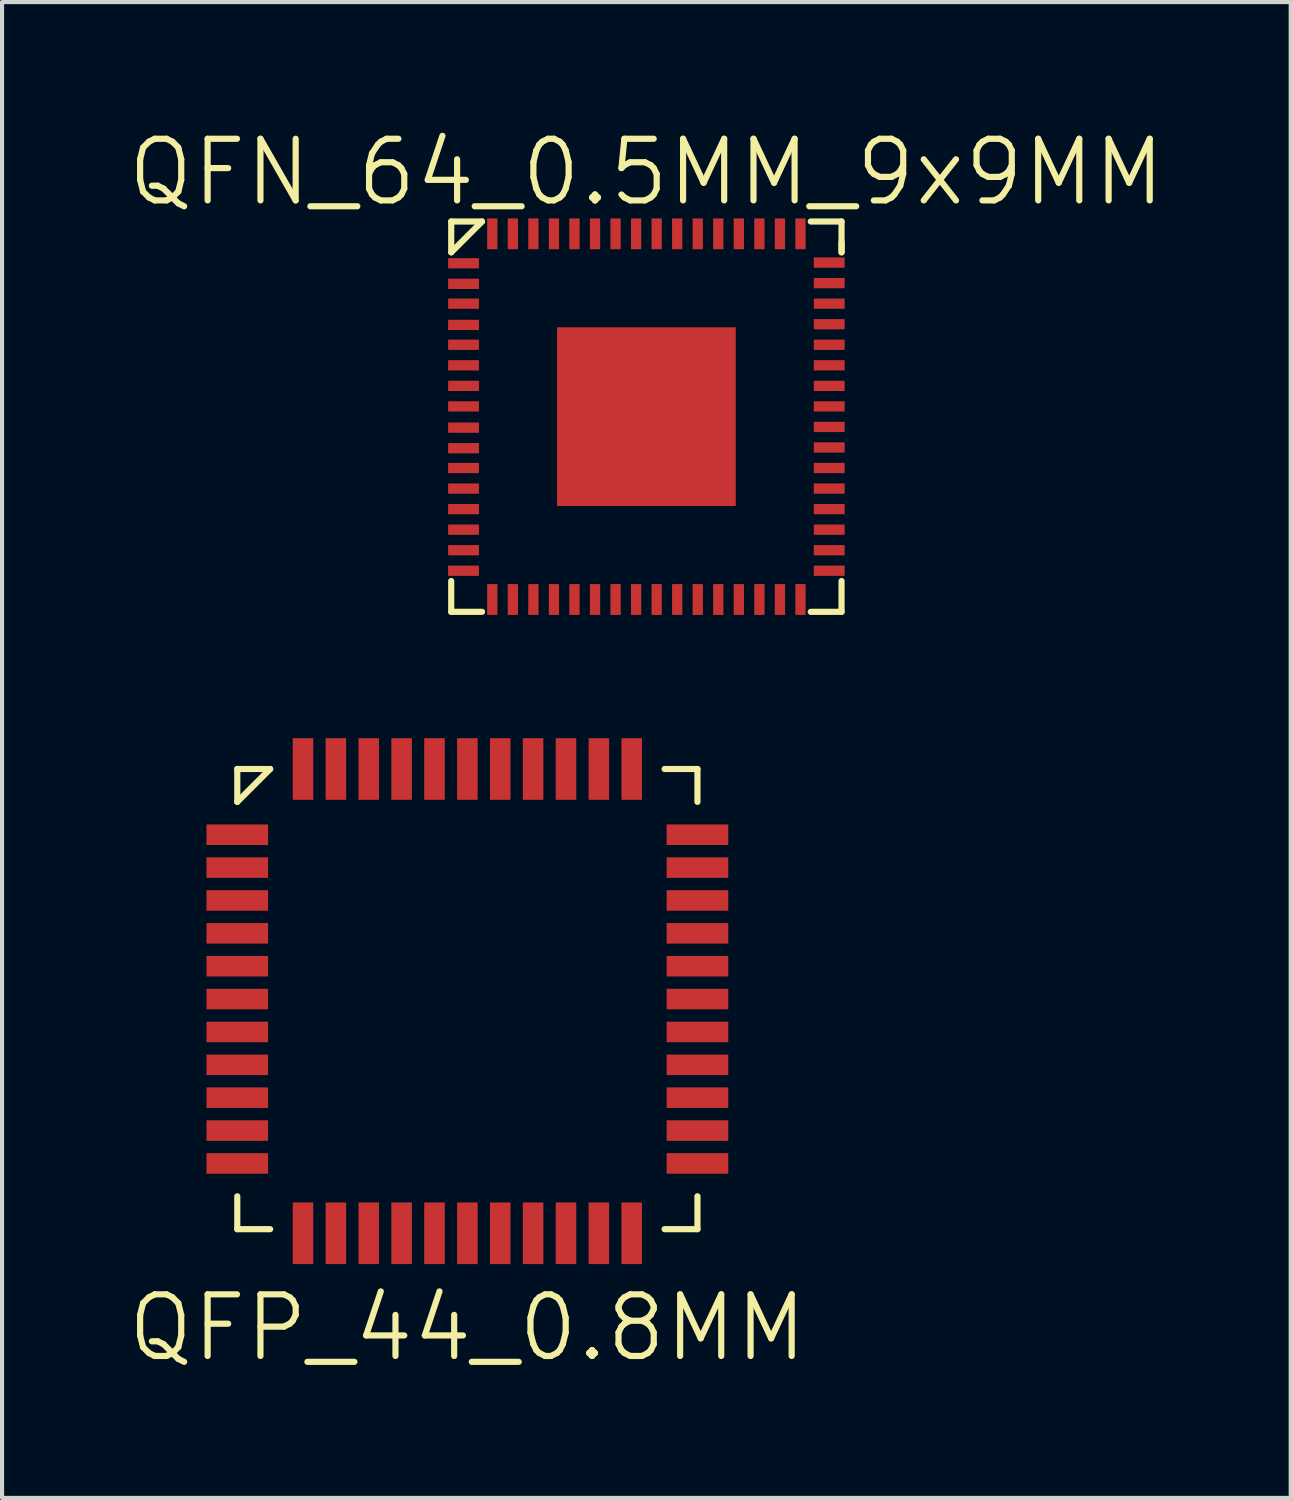
<source format=kicad_pcb>
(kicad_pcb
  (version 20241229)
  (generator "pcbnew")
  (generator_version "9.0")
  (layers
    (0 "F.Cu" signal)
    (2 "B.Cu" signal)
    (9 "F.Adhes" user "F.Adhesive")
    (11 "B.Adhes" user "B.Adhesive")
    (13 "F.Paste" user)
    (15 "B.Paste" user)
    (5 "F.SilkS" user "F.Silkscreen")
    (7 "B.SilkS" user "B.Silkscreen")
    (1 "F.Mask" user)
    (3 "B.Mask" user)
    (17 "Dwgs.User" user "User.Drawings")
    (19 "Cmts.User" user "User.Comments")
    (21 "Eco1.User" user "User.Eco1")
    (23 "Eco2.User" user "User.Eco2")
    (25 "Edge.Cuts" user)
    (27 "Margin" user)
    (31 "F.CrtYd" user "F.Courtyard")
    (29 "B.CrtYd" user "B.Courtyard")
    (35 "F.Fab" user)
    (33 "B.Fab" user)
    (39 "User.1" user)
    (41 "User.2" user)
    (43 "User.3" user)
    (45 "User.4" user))
  (footprint "QFN_64_0.5MM_9x9MM"
    (layer "F.Cu")
    (at 12.682 7.091)
    (property "Reference" "QFN_64_0.5MM_9x9MM" (at 0 -5.95 0) (layer "F.SilkS") (effects (font (size 1.5 1.5) (thickness 0.15))))
    (attr through_hole)
    (fp_line (start -4.75 -4.75) (end -4.75 -4) (stroke (width 0.15) (type solid)) (layer "F.SilkS"))
    (fp_line (start -4.75 -4) (end -4 -4.75) (stroke (width 0.15) (type solid)) (layer "F.SilkS"))
    (fp_line (start -4.75 4) (end -4.75 4.75) (stroke (width 0.15) (type solid)) (layer "F.SilkS"))
    (fp_line (start -4.75 4.75) (end -4 4.75) (stroke (width 0.15) (type solid)) (layer "F.SilkS"))
    (fp_line (start -4 -4.75) (end -4.75 -4.75) (stroke (width 0.15) (type solid)) (layer "F.SilkS"))
    (fp_line (start 4 -4.75) (end 4.75 -4.75) (stroke (width 0.15) (type solid)) (layer "F.SilkS"))
    (fp_line (start 4.75 -4.75) (end 4.75 -4) (stroke (width 0.15) (type solid)) (layer "F.SilkS"))
    (fp_line (start 4.75 -4) (end 4.75 -4.25) (stroke (width 0.15) (type solid)) (layer "F.SilkS"))
    (fp_line (start 4.75 4) (end 4.75 4.75) (stroke (width 0.15) (type solid)) (layer "F.SilkS"))
    (fp_line (start 4.75 4.75) (end 4 4.75) (stroke (width 0.15) (type solid)) (layer "F.SilkS"))
    (pad "1" smd rect (at -4.45 -3.733) (size 0.75 0.25) (layers "F.Cu" "F.Mask" "F.Paste"))
    (pad "2" smd rect (at -4.45 -3.233) (size 0.75 0.25) (layers "F.Cu" "F.Mask" "F.Paste"))
    (pad "3" smd rect (at -4.45 -2.75) (size 0.75 0.25) (layers "F.Cu" "F.Mask" "F.Paste"))
    (pad "4" smd rect (at -4.45 -2.233) (size 0.75 0.25) (layers "F.Cu" "F.Mask" "F.Paste"))
    (pad "5" smd rect (at -4.45 -1.75) (size 0.75 0.25) (layers "F.Cu" "F.Mask" "F.Paste"))
    (pad "6" smd rect (at -4.45 -1.25) (size 0.75 0.25) (layers "F.Cu" "F.Mask" "F.Paste"))
    (pad "7" smd rect (at -4.45 -0.75) (size 0.75 0.25) (layers "F.Cu" "F.Mask" "F.Paste"))
    (pad "8" smd rect (at -4.45 -0.25) (size 0.75 0.25) (layers "F.Cu" "F.Mask" "F.Paste"))
    (pad "9" smd rect (at -4.45 0.267) (size 0.75 0.25) (layers "F.Cu" "F.Mask" "F.Paste"))
    (pad "10" smd rect (at -4.45 0.767) (size 0.75 0.25) (layers "F.Cu" "F.Mask" "F.Paste"))
    (pad "11" smd rect (at -4.45 1.25) (size 0.75 0.25) (layers "F.Cu" "F.Mask" "F.Paste"))
    (pad "12" smd rect (at -4.45 1.75) (size 0.75 0.25) (layers "F.Cu" "F.Mask" "F.Paste"))
    (pad "13" smd rect (at -4.45 2.25) (size 0.75 0.25) (layers "F.Cu" "F.Mask" "F.Paste"))
    (pad "14" smd rect (at -4.45 2.75) (size 0.75 0.25) (layers "F.Cu" "F.Mask" "F.Paste"))
    (pad "15" smd rect (at -4.45 3.25) (size 0.75 0.25) (layers "F.Cu" "F.Mask" "F.Paste"))
    (pad "16" smd rect (at -4.45 3.75) (size 0.75 0.25) (layers "F.Cu" "F.Mask" "F.Paste"))
    (pad "17" smd rect (at -3.75 4.45 90) (size 0.75 0.25) (layers "F.Cu" "F.Mask" "F.Paste"))
    (pad "18" smd rect (at -3.25 4.45 90) (size 0.75 0.25) (layers "F.Cu" "F.Mask" "F.Paste"))
    (pad "19" smd rect (at -2.75 4.45 90) (size 0.75 0.25) (layers "F.Cu" "F.Mask" "F.Paste"))
    (pad "20" smd rect (at -2.25 4.45 90) (size 0.75 0.25) (layers "F.Cu" "F.Mask" "F.Paste"))
    (pad "21" smd rect (at -1.75 4.45 90) (size 0.75 0.25) (layers "F.Cu" "F.Mask" "F.Paste"))
    (pad "22" smd rect (at -1.25 4.45 90) (size 0.75 0.25) (layers "F.Cu" "F.Mask" "F.Paste"))
    (pad "23" smd rect (at -0.75 4.45 90) (size 0.75 0.25) (layers "F.Cu" "F.Mask" "F.Paste"))
    (pad "24" smd rect (at -0.25 4.45 90) (size 0.75 0.25) (layers "F.Cu" "F.Mask" "F.Paste"))
    (pad "25" smd rect (at 0.25 4.45 90) (size 0.75 0.25) (layers "F.Cu" "F.Mask" "F.Paste"))
    (pad "26" smd rect (at 0.75 4.45 90) (size 0.75 0.25) (layers "F.Cu" "F.Mask" "F.Paste"))
    (pad "27" smd rect (at 1.25 4.45 90) (size 0.75 0.25) (layers "F.Cu" "F.Mask" "F.Paste"))
    (pad "28" smd rect (at 1.75 4.45 90) (size 0.75 0.25) (layers "F.Cu" "F.Mask" "F.Paste"))
    (pad "29" smd rect (at 2.25 4.45 90) (size 0.75 0.25) (layers "F.Cu" "F.Mask" "F.Paste"))
    (pad "30" smd rect (at 2.75 4.45 90) (size 0.75 0.25) (layers "F.Cu" "F.Mask" "F.Paste"))
    (pad "31" smd rect (at 3.25 4.45 90) (size 0.75 0.25) (layers "F.Cu" "F.Mask" "F.Paste"))
    (pad "32" smd rect (at 3.75 4.45 90) (size 0.75 0.25) (layers "F.Cu" "F.Mask" "F.Paste"))
    (pad "33" smd rect (at 4.45 3.75 180) (size 0.75 0.25) (layers "F.Cu" "F.Mask" "F.Paste"))
    (pad "34" smd rect (at 4.45 3.25 180) (size 0.75 0.25) (layers "F.Cu" "F.Mask" "F.Paste"))
    (pad "35" smd rect (at 4.45 2.75 180) (size 0.75 0.25) (layers "F.Cu" "F.Mask" "F.Paste"))
    (pad "36" smd rect (at 4.45 2.25 180) (size 0.75 0.25) (layers "F.Cu" "F.Mask" "F.Paste"))
    (pad "37" smd rect (at 4.45 1.75 180) (size 0.75 0.25) (layers "F.Cu" "F.Mask" "F.Paste"))
    (pad "38" smd rect (at 4.45 1.25 180) (size 0.75 0.25) (layers "F.Cu" "F.Mask" "F.Paste"))
    (pad "39" smd rect (at 4.45 0.75 180) (size 0.75 0.25) (layers "F.Cu" "F.Mask" "F.Paste"))
    (pad "40" smd rect (at 4.45 0.25 180) (size 0.75 0.25) (layers "F.Cu" "F.Mask" "F.Paste"))
    (pad "41" smd rect (at 4.45 -0.25 180) (size 0.75 0.25) (layers "F.Cu" "F.Mask" "F.Paste"))
    (pad "42" smd rect (at 4.45 -0.75 180) (size 0.75 0.25) (layers "F.Cu" "F.Mask" "F.Paste"))
    (pad "43" smd rect (at 4.45 -1.25 180) (size 0.75 0.25) (layers "F.Cu" "F.Mask" "F.Paste"))
    (pad "44" smd rect (at 4.45 -1.75 180) (size 0.75 0.25) (layers "F.Cu" "F.Mask" "F.Paste"))
    (pad "45" smd rect (at 4.45 -2.25 180) (size 0.75 0.25) (layers "F.Cu" "F.Mask" "F.Paste"))
    (pad "46" smd rect (at 4.45 -2.75 180) (size 0.75 0.25) (layers "F.Cu" "F.Mask" "F.Paste"))
    (pad "47" smd rect (at 4.45 -3.25 180) (size 0.75 0.25) (layers "F.Cu" "F.Mask" "F.Paste"))
    (pad "48" smd rect (at 4.45 -3.75 180) (size 0.75 0.25) (layers "F.Cu" "F.Mask" "F.Paste"))
    (pad "49" smd rect (at 3.75 -4.45 270) (size 0.75 0.25) (layers "F.Cu" "F.Mask" "F.Paste"))
    (pad "50" smd rect (at 3.25 -4.45 270) (size 0.75 0.25) (layers "F.Cu" "F.Mask" "F.Paste"))
    (pad "51" smd rect (at 2.75 -4.45 270) (size 0.75 0.25) (layers "F.Cu" "F.Mask" "F.Paste"))
    (pad "52" smd rect (at 2.25 -4.45 270) (size 0.75 0.25) (layers "F.Cu" "F.Mask" "F.Paste"))
    (pad "53" smd rect (at 1.75 -4.45 270) (size 0.75 0.25) (layers "F.Cu" "F.Mask" "F.Paste"))
    (pad "54" smd rect (at 1.25 -4.45 270) (size 0.75 0.25) (layers "F.Cu" "F.Mask" "F.Paste"))
    (pad "55" smd rect (at 0.75 -4.45 270) (size 0.75 0.25) (layers "F.Cu" "F.Mask" "F.Paste"))
    (pad "56" smd rect (at 0.25 -4.45 270) (size 0.75 0.25) (layers "F.Cu" "F.Mask" "F.Paste"))
    (pad "57" smd rect (at -0.25 -4.45 270) (size 0.75 0.25) (layers "F.Cu" "F.Mask" "F.Paste"))
    (pad "58" smd rect (at -0.75 -4.45 270) (size 0.75 0.25) (layers "F.Cu" "F.Mask" "F.Paste"))
    (pad "59" smd rect (at -1.25 -4.45 270) (size 0.75 0.25) (layers "F.Cu" "F.Mask" "F.Paste"))
    (pad "60" smd rect (at -1.75 -4.45 270) (size 0.75 0.25) (layers "F.Cu" "F.Mask" "F.Paste"))
    (pad "61" smd rect (at -2.25 -4.45 270) (size 0.75 0.25) (layers "F.Cu" "F.Mask" "F.Paste"))
    (pad "62" smd rect (at -2.75 -4.45 270) (size 0.75 0.25) (layers "F.Cu" "F.Mask" "F.Paste"))
    (pad "63" smd rect (at -3.25 -4.45 270) (size 0.75 0.25) (layers "F.Cu" "F.Mask" "F.Paste"))
    (pad "64" smd rect (at -3.75 -4.45 270) (size 0.75 0.25) (layers "F.Cu" "F.Mask" "F.Paste"))
    (pad "PAD" smd rect (at 0 0) (size 4.35 4.35) (layers "F.Cu" "F.Mask" "F.Paste")))
  (footprint "QFP_44_0.8MM"
    (layer "F.Cu")
    (at 8.325 21.266)
    (property "Reference" "QFP_44_0.8MM" (at 0 8 0) (layer "F.SilkS") (effects (font (size 1.5 1.5) (thickness 0.15))))
    (attr through_hole)
    (fp_line (start -5.6 -5.6) (end -4.8 -5.6) (stroke (width 0.15) (type solid)) (layer "F.SilkS"))
    (fp_line (start -5.6 -4.8) (end -5.6 -5.6) (stroke (width 0.15) (type solid)) (layer "F.SilkS"))
    (fp_line (start -5.6 5.6) (end -5.6 4.8) (stroke (width 0.15) (type solid)) (layer "F.SilkS"))
    (fp_line (start -4.8 -5.6) (end -5.6 -4.8) (stroke (width 0.15) (type solid)) (layer "F.SilkS"))
    (fp_line (start -4.8 5.6) (end -5.6 5.6) (stroke (width 0.15) (type solid)) (layer "F.SilkS"))
    (fp_line (start 4.8 -5.6) (end 5.6 -5.6) (stroke (width 0.15) (type solid)) (layer "F.SilkS"))
    (fp_line (start 5.6 -5.6) (end 5.6 -4.8) (stroke (width 0.15) (type solid)) (layer "F.SilkS"))
    (fp_line (start 5.6 4.8) (end 5.6 5.6) (stroke (width 0.15) (type solid)) (layer "F.SilkS"))
    (fp_line (start 5.6 5.6) (end 4.8 5.6) (stroke (width 0.15) (type solid)) (layer "F.SilkS"))
    (pad "1" smd rect (at -5.6 -4 90) (size 0.5 1.5) (layers "F.Cu" "F.Mask" "F.Paste"))
    (pad "2" smd rect (at -5.6 -3.2 90) (size 0.5 1.5) (layers "F.Cu" "F.Mask" "F.Paste"))
    (pad "3" smd rect (at -5.6 -2.4 90) (size 0.5 1.5) (layers "F.Cu" "F.Mask" "F.Paste"))
    (pad "4" smd rect (at -5.6 -1.6 90) (size 0.5 1.5) (layers "F.Cu" "F.Mask" "F.Paste"))
    (pad "5" smd rect (at -5.6 -0.8 90) (size 0.5 1.5) (layers "F.Cu" "F.Mask" "F.Paste"))
    (pad "6" smd rect (at -5.6 0 90) (size 0.5 1.5) (layers "F.Cu" "F.Mask" "F.Paste"))
    (pad "7" smd rect (at -5.6 0.8 90) (size 0.5 1.5) (layers "F.Cu" "F.Mask" "F.Paste"))
    (pad "8" smd rect (at -5.6 1.6 90) (size 0.5 1.5) (layers "F.Cu" "F.Mask" "F.Paste"))
    (pad "9" smd rect (at -5.6 2.4 90) (size 0.5 1.5) (layers "F.Cu" "F.Mask" "F.Paste"))
    (pad "10" smd rect (at -5.6 3.2 90) (size 0.5 1.5) (layers "F.Cu" "F.Mask" "F.Paste"))
    (pad "11" smd rect (at -5.6 4 90) (size 0.5 1.5) (layers "F.Cu" "F.Mask" "F.Paste"))
    (pad "12" smd rect (at -4 5.7) (size 0.5 1.5) (layers "F.Cu" "F.Mask" "F.Paste"))
    (pad "13" smd rect (at -3.2 5.7) (size 0.5 1.5) (layers "F.Cu" "F.Mask" "F.Paste"))
    (pad "14" smd rect (at -2.4 5.7) (size 0.5 1.5) (layers "F.Cu" "F.Mask" "F.Paste"))
    (pad "15" smd rect (at -1.6 5.7) (size 0.5 1.5) (layers "F.Cu" "F.Mask" "F.Paste"))
    (pad "16" smd rect (at -0.8 5.7) (size 0.5 1.5) (layers "F.Cu" "F.Mask" "F.Paste"))
    (pad "17" smd rect (at 0 5.7) (size 0.5 1.5) (layers "F.Cu" "F.Mask" "F.Paste"))
    (pad "18" smd rect (at 0.8 5.7) (size 0.5 1.5) (layers "F.Cu" "F.Mask" "F.Paste"))
    (pad "19" smd rect (at 1.6 5.7) (size 0.5 1.5) (layers "F.Cu" "F.Mask" "F.Paste"))
    (pad "20" smd rect (at 2.4 5.7) (size 0.5 1.5) (layers "F.Cu" "F.Mask" "F.Paste"))
    (pad "21" smd rect (at 3.2 5.7) (size 0.5 1.5) (layers "F.Cu" "F.Mask" "F.Paste"))
    (pad "22" smd rect (at 4 5.7) (size 0.5 1.5) (layers "F.Cu" "F.Mask" "F.Paste"))
    (pad "23" smd rect (at 5.6 4 90) (size 0.5 1.5) (layers "F.Cu" "F.Mask" "F.Paste"))
    (pad "24" smd rect (at 5.6 3.2 90) (size 0.5 1.5) (layers "F.Cu" "F.Mask" "F.Paste"))
    (pad "25" smd rect (at 5.6 2.4 90) (size 0.5 1.5) (layers "F.Cu" "F.Mask" "F.Paste"))
    (pad "26" smd rect (at 5.6 1.6 90) (size 0.5 1.5) (layers "F.Cu" "F.Mask" "F.Paste"))
    (pad "27" smd rect (at 5.6 0.8 90) (size 0.5 1.5) (layers "F.Cu" "F.Mask" "F.Paste"))
    (pad "28" smd rect (at 5.6 0 90) (size 0.5 1.5) (layers "F.Cu" "F.Mask" "F.Paste"))
    (pad "29" smd rect (at 5.6 -0.8 90) (size 0.5 1.5) (layers "F.Cu" "F.Mask" "F.Paste"))
    (pad "30" smd rect (at 5.6 -1.6 90) (size 0.5 1.5) (layers "F.Cu" "F.Mask" "F.Paste"))
    (pad "31" smd rect (at 5.6 -2.4 90) (size 0.5 1.5) (layers "F.Cu" "F.Mask" "F.Paste"))
    (pad "32" smd rect (at 5.6 -3.2 90) (size 0.5 1.5) (layers "F.Cu" "F.Mask" "F.Paste"))
    (pad "33" smd rect (at 5.6 -4 90) (size 0.5 1.5) (layers "F.Cu" "F.Mask" "F.Paste"))
    (pad "34" smd rect (at 4 -5.6) (size 0.5 1.5) (layers "F.Cu" "F.Mask" "F.Paste"))
    (pad "35" smd rect (at 3.2 -5.6) (size 0.5 1.5) (layers "F.Cu" "F.Mask" "F.Paste"))
    (pad "36" smd rect (at 2.4 -5.6) (size 0.5 1.5) (layers "F.Cu" "F.Mask" "F.Paste"))
    (pad "37" smd rect (at 1.6 -5.6) (size 0.5 1.5) (layers "F.Cu" "F.Mask" "F.Paste"))
    (pad "38" smd rect (at 0.8 -5.6) (size 0.5 1.5) (layers "F.Cu" "F.Mask" "F.Paste"))
    (pad "39" smd rect (at 0 -5.6) (size 0.5 1.5) (layers "F.Cu" "F.Mask" "F.Paste"))
    (pad "40" smd rect (at -0.8 -5.6) (size 0.5 1.5) (layers "F.Cu" "F.Mask" "F.Paste"))
    (pad "41" smd rect (at -1.6 -5.6) (size 0.5 1.5) (layers "F.Cu" "F.Mask" "F.Paste"))
    (pad "42" smd rect (at -2.4 -5.6) (size 0.5 1.5) (layers "F.Cu" "F.Mask" "F.Paste"))
    (pad "43" smd rect (at -3.2 -5.6) (size 0.5 1.5) (layers "F.Cu" "F.Mask" "F.Paste"))
    (pad "44" smd rect (at -4 -5.6) (size 0.5 1.5) (layers "F.Cu" "F.Mask" "F.Paste")))
  (gr_rect
    (start -3 -3)
    (end 28.364 33.407)
    (stroke (width 0.1) (type default))
    (fill no)
    (layer "Edge.Cuts")))
</source>
